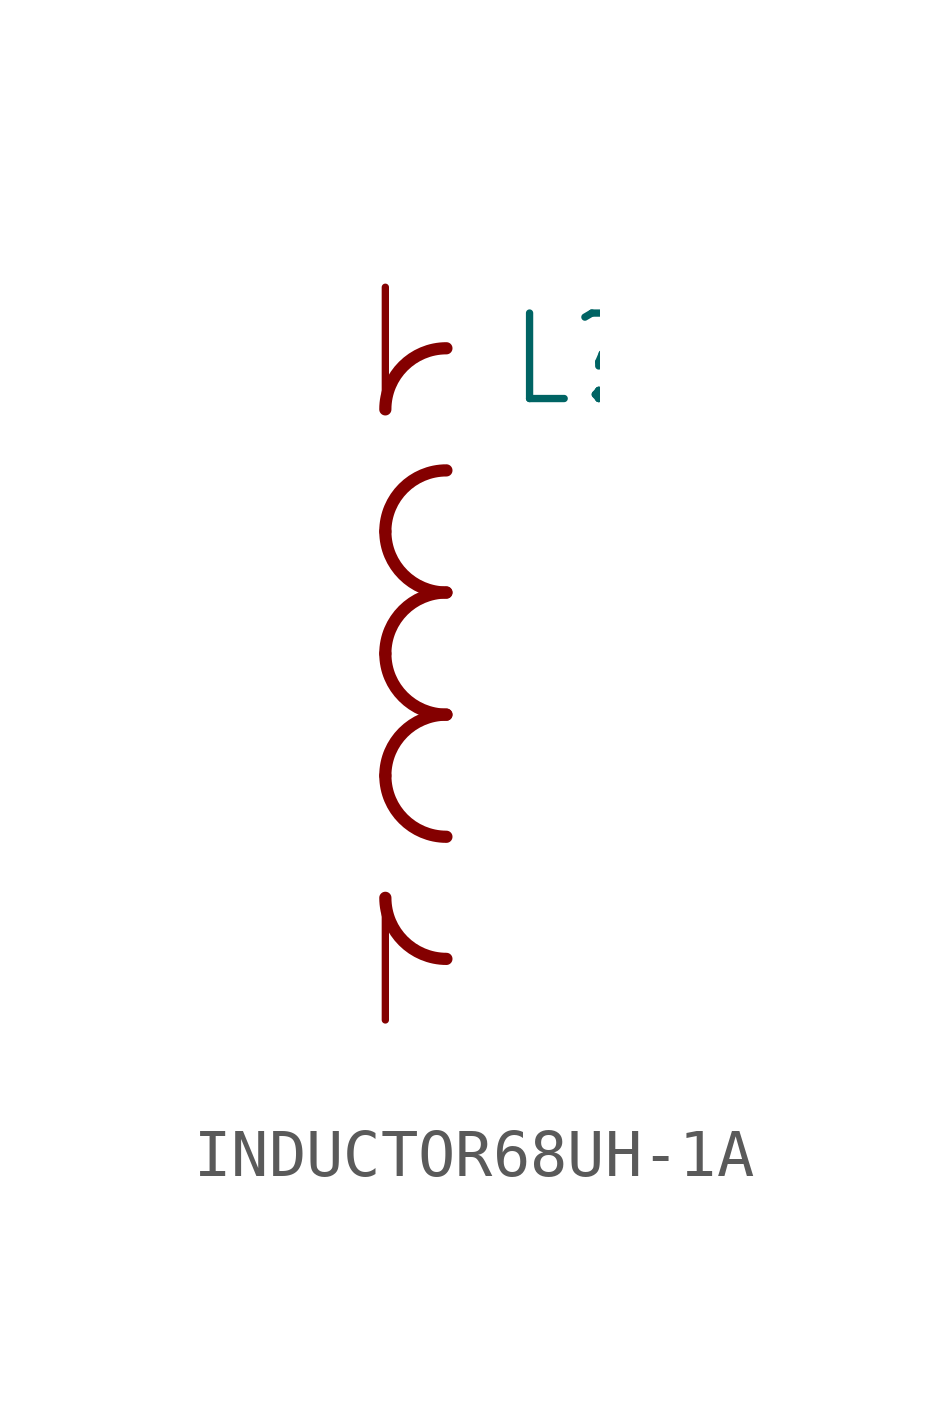
<source format=kicad_sym>
(kicad_symbol_lib
  (version 20241209)
  (generator "kicad_symbol_editor")
  (generator_version "9.0")
  (symbol "INDUCTOR68UH-1A"
    (property "Reference" "L"
      (at 2.54 5.08 0)
      (effects (font (size 1.778 1.511)) (justify left bottom)))
    (property "Value" ""
      (at 2.54 -5.08 0)
      (effects (font (size 1.778 1.511)) (justify left bottom)))
    (property "ki_locked" ""
      (at 0 0 0)
      (effects (font (size 1.27 1.27))))
    (symbol "INDUCTOR68UH-1A_1_0"
      (arc (start 0 5.08) (mid 0.372 5.978) (end 1.27 6.35) (stroke (width 0.254) (type solid)) (fill (type none)))
      (arc (start 0 2.54) (mid 0.372 3.438) (end 1.27 3.81) (stroke (width 0.254) (type solid)) (fill (type none)))
      (arc (start 1.27 1.27) (mid 0.372 1.642) (end 0 2.54) (stroke (width 0.254) (type solid)) (fill (type none)))
      (arc (start 0 0) (mid 0.372 0.898) (end 1.27 1.27) (stroke (width 0.254) (type solid)) (fill (type none)))
      (arc (start 1.27 -1.27) (mid 0.372 -0.898) (end 0 0) (stroke (width 0.254) (type solid)) (fill (type none)))
      (arc (start 0 -2.54) (mid 0.372 -1.642) (end 1.27 -1.27) (stroke (width 0.254) (type solid)) (fill (type none)))
      (arc (start 1.27 -3.81) (mid 0.372 -3.438) (end 0 -2.54) (stroke (width 0.254) (type solid)) (fill (type none)))
      (arc (start 1.27 -6.35) (mid 0.372 -5.978) (end 0 -5.08) (stroke (width 0.254) (type solid)) (fill (type none)))
      (pin passive line (at 0 7.62 270) (length 2.54) (name "1" (effects (font (size 0 0)))) (number "P$1" (effects (font (size 0 0)))))
      (pin passive line (at 0 -7.62 90) (length 2.54) (name "2" (effects (font (size 0 0)))) (number "P$2" (effects (font (size 0 0))))))))
</source>
